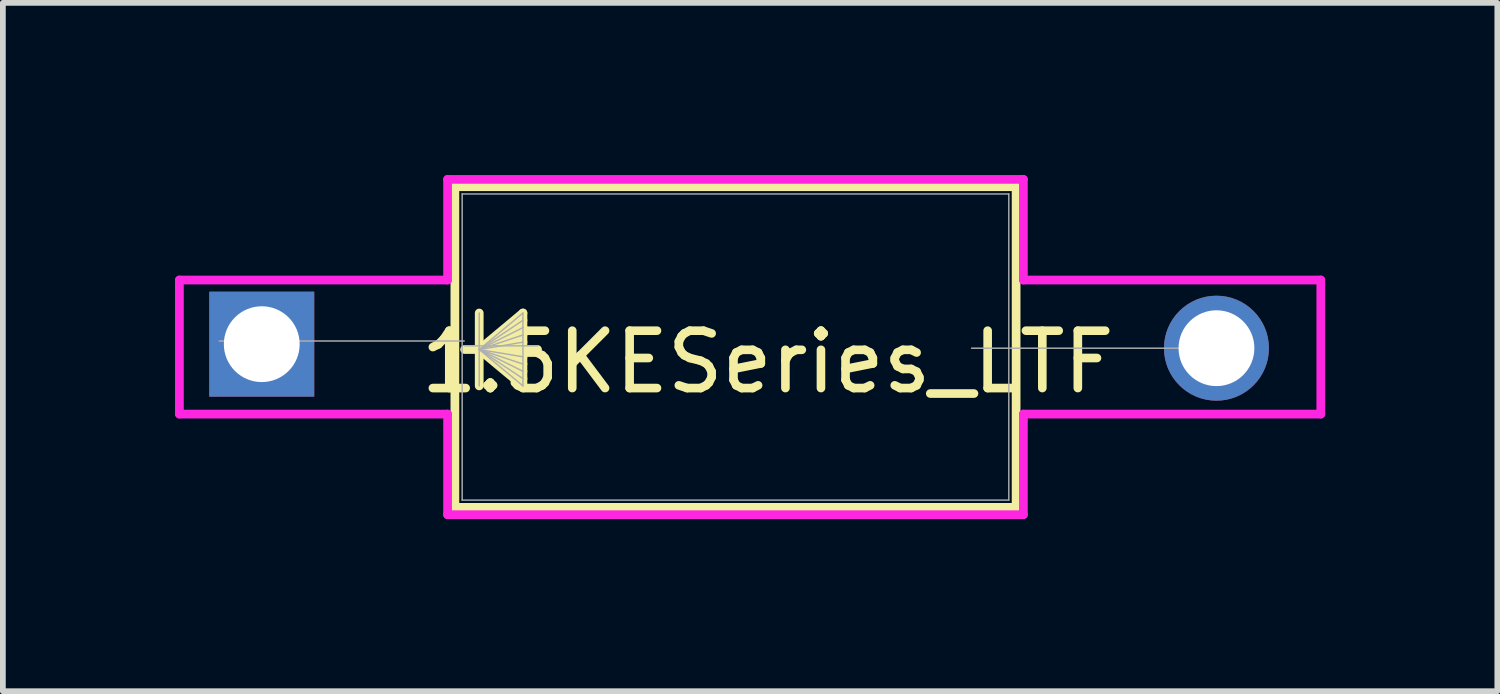
<source format=kicad_pcb>
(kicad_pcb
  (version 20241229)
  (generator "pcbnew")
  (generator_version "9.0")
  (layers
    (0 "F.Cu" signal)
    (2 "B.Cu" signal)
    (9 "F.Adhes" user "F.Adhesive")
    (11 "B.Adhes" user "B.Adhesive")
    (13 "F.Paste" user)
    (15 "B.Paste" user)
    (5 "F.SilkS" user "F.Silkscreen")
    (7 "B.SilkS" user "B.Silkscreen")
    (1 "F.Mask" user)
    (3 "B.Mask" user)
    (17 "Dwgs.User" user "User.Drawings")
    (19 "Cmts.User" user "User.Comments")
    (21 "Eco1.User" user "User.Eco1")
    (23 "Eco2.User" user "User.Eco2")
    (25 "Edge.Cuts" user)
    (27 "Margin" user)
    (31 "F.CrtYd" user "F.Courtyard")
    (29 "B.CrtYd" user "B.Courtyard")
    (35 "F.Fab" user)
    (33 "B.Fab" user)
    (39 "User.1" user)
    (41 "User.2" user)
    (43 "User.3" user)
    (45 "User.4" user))
  (footprint "1.5KESeries_LTF"
    (layer "F.Cu")
    (at 0.736 2.997)
    (property "Reference" "1.5KESeries_LTF" (at 9.59 0.26 0) (unlocked yes) (layer "F.SilkS") (effects (font (size 1 1) (thickness 0.15))))
    (attr through_hole)
    (fp_line (start 4.14 -2.794) (end 4.14 2.794) (stroke (width 0.152) (type solid)) (layer "F.SilkS"))
    (fp_line (start 4.14 2.794) (end 13.919 2.794) (stroke (width 0.152) (type solid)) (layer "F.SilkS"))
    (fp_line (start 4.564 -0.593) (end 4.564 0.677) (stroke (width 0.152) (type solid)) (layer "F.SilkS"))
    (fp_line (start 4.564 0.043) (end 5.326 -0.593) (stroke (width 0.152) (type solid)) (layer "F.SilkS"))
    (fp_line (start 4.564 0.043) (end 5.326 -0.466) (stroke (width 0.152) (type solid)) (layer "F.SilkS"))
    (fp_line (start 4.564 0.043) (end 5.326 -0.339) (stroke (width 0.152) (type solid)) (layer "F.SilkS"))
    (fp_line (start 4.564 0.043) (end 5.326 -0.211) (stroke (width 0.152) (type solid)) (layer "F.SilkS"))
    (fp_line (start 4.564 0.043) (end 5.326 -0.085) (stroke (width 0.152) (type solid)) (layer "F.SilkS"))
    (fp_line (start 4.564 0.043) (end 5.326 0.17) (stroke (width 0.152) (type solid)) (layer "F.SilkS"))
    (fp_line (start 4.564 0.043) (end 5.326 0.296) (stroke (width 0.152) (type solid)) (layer "F.SilkS"))
    (fp_line (start 4.564 0.043) (end 5.326 0.423) (stroke (width 0.152) (type solid)) (layer "F.SilkS"))
    (fp_line (start 4.564 0.043) (end 5.326 0.55) (stroke (width 0.152) (type solid)) (layer "F.SilkS"))
    (fp_line (start 4.564 0.043) (end 5.326 0.677) (stroke (width 0.152) (type solid)) (layer "F.SilkS"))
    (fp_line (start 5.326 -0.593) (end 5.326 0.677) (stroke (width 0.152) (type solid)) (layer "F.SilkS"))
    (fp_line (start 5.58 0.043) (end 4.31 0.043) (stroke (width 0.152) (type solid)) (layer "F.SilkS"))
    (fp_line (start 13.919 -2.794) (end 4.14 -2.794) (stroke (width 0.152) (type solid)) (layer "F.SilkS"))
    (fp_line (start 13.919 2.794) (end 13.919 -2.794) (stroke (width 0.152) (type solid)) (layer "F.SilkS"))
    (fp_line (start -0.66 1.168) (end -0.66 -1.168) (stroke (width 0.152) (type solid)) (layer "F.CrtYd"))
    (fp_line (start 4.013 -2.921) (end 14.046 -2.921) (stroke (width 0.152) (type solid)) (layer "F.CrtYd"))
    (fp_line (start 4.013 -1.168) (end -0.66 -1.168) (stroke (width 0.152) (type solid)) (layer "F.CrtYd"))
    (fp_line (start 4.013 -1.168) (end 4.013 -2.921) (stroke (width 0.152) (type solid)) (layer "F.CrtYd"))
    (fp_line (start 4.013 1.168) (end -0.66 1.168) (stroke (width 0.152) (type solid)) (layer "F.CrtYd"))
    (fp_line (start 4.013 2.921) (end 4.013 1.168) (stroke (width 0.152) (type solid)) (layer "F.CrtYd"))
    (fp_line (start 14.046 -2.921) (end 14.046 -1.168) (stroke (width 0.152) (type solid)) (layer "F.CrtYd"))
    (fp_line (start 14.046 -1.168) (end 19.228 -1.168) (stroke (width 0.152) (type solid)) (layer "F.CrtYd"))
    (fp_line (start 14.046 1.168) (end 14.046 2.921) (stroke (width 0.152) (type solid)) (layer "F.CrtYd"))
    (fp_line (start 14.046 2.921) (end 4.013 2.921) (stroke (width 0.152) (type solid)) (layer "F.CrtYd"))
    (fp_line (start 19.228 -1.168) (end 19.228 1.168) (stroke (width 0.152) (type solid)) (layer "F.CrtYd"))
    (fp_line (start 19.228 1.168) (end 14.046 1.168) (stroke (width 0.152) (type solid)) (layer "F.CrtYd"))
    (fp_line (start 0.035 -0.105) (end 4.302 -0.105) (stroke (width 0.025) (type solid)) (layer "F.Fab"))
    (fp_line (start 4.267 -2.667) (end 4.267 2.667) (stroke (width 0.025) (type solid)) (layer "F.Fab"))
    (fp_line (start 4.267 2.667) (end 13.792 2.667) (stroke (width 0.025) (type solid)) (layer "F.Fab"))
    (fp_line (start 4.564 -0.593) (end 4.564 0.677) (stroke (width 0.025) (type solid)) (layer "F.Fab"))
    (fp_line (start 4.564 0.043) (end 5.326 -0.593) (stroke (width 0.025) (type solid)) (layer "F.Fab"))
    (fp_line (start 4.564 0.043) (end 5.326 -0.466) (stroke (width 0.025) (type solid)) (layer "F.Fab"))
    (fp_line (start 4.564 0.043) (end 5.326 -0.339) (stroke (width 0.025) (type solid)) (layer "F.Fab"))
    (fp_line (start 4.564 0.043) (end 5.326 -0.211) (stroke (width 0.025) (type solid)) (layer "F.Fab"))
    (fp_line (start 4.564 0.043) (end 5.326 -0.085) (stroke (width 0.025) (type solid)) (layer "F.Fab"))
    (fp_line (start 4.564 0.043) (end 5.326 0.17) (stroke (width 0.025) (type solid)) (layer "F.Fab"))
    (fp_line (start 4.564 0.043) (end 5.326 0.296) (stroke (width 0.025) (type solid)) (layer "F.Fab"))
    (fp_line (start 4.564 0.043) (end 5.326 0.423) (stroke (width 0.025) (type solid)) (layer "F.Fab"))
    (fp_line (start 4.564 0.043) (end 5.326 0.55) (stroke (width 0.025) (type solid)) (layer "F.Fab"))
    (fp_line (start 4.564 0.043) (end 5.326 0.677) (stroke (width 0.025) (type solid)) (layer "F.Fab"))
    (fp_line (start 5.326 -0.593) (end 5.326 0.677) (stroke (width 0.025) (type solid)) (layer "F.Fab"))
    (fp_line (start 5.58 -0.021) (end 4.31 -0.021) (stroke (width 0.025) (type solid)) (layer "F.Fab"))
    (fp_line (start 13.792 -2.667) (end 4.267 -2.667) (stroke (width 0.025) (type solid)) (layer "F.Fab"))
    (fp_line (start 13.792 2.667) (end 13.792 -2.667) (stroke (width 0.025) (type solid)) (layer "F.Fab"))
    (fp_line (start 17.41 0.02) (end 13.143 0.02) (stroke (width 0.025) (type solid)) (layer "F.Fab"))
    (pad "1" thru_hole rect (at 0.775 -0.05) (size 1.829 1.829) (drill 1.321) (layers "*.Cu" "*.Mask"))
    (pad "2" thru_hole circle (at 17.41 0.02) (size 1.829 1.829) (drill 1.321) (layers "*.Cu" "*.Mask")))
  (gr_rect
    (start -3 -3)
    (end 23.04 8.994)
    (stroke (width 0.1) (type default))
    (fill no)
    (layer "Edge.Cuts")))
</source>
